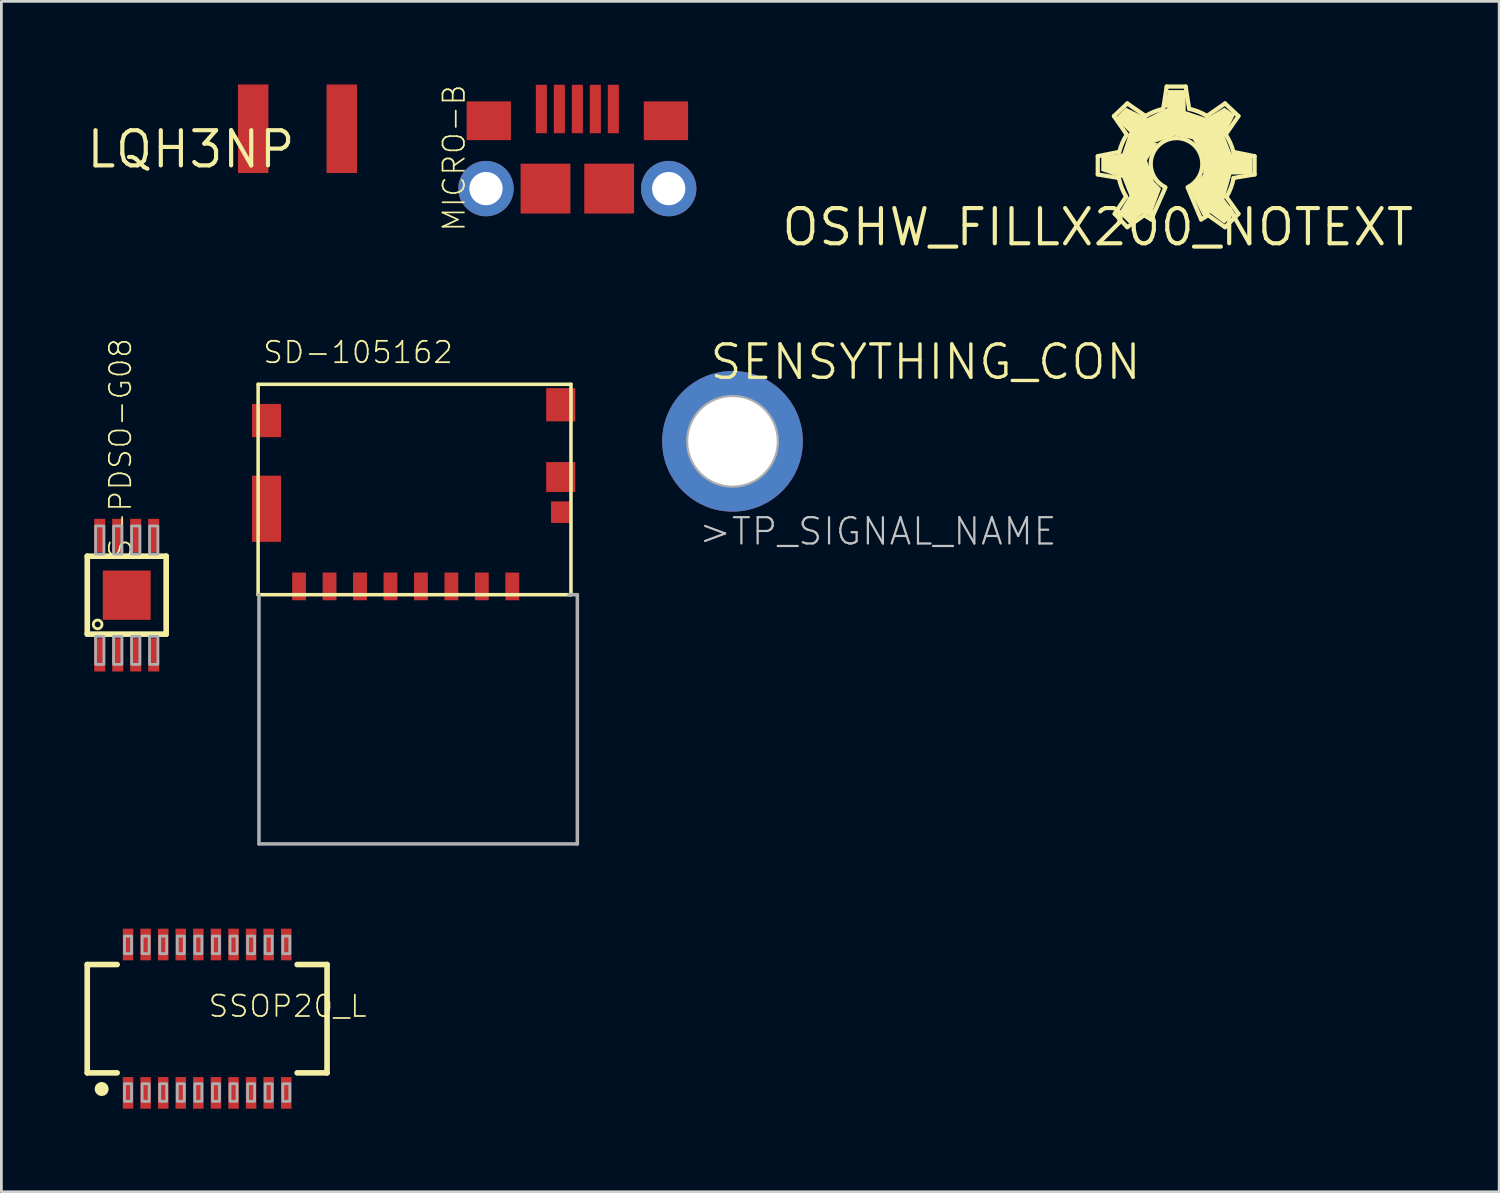
<source format=kicad_pcb>
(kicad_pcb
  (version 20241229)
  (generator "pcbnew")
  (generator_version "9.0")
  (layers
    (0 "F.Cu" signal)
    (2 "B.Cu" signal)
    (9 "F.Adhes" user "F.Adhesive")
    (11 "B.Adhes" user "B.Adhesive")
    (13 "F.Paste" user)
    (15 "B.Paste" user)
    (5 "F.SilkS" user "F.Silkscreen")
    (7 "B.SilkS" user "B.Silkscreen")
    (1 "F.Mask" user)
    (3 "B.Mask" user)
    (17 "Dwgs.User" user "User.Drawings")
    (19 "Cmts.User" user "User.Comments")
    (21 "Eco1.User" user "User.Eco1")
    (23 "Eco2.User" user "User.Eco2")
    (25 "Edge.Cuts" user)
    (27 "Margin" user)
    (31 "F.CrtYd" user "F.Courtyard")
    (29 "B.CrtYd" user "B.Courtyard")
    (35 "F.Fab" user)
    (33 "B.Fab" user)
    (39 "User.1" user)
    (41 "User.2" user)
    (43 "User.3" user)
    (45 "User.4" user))
  (footprint "SD-105162"
    (layer "F.Cu")
    (at 11.603 16.93)
    (property "Reference" "SD-105162" (at -5.2 -6.8 0) (layer "F.SilkS") (effects (font (size 0.772 0.772) (thickness 0.065)) (justify left bottom)))
    (attr through_hole)
    (fp_line (start -5.33 -6.1) (end 5.97 -6.1) (stroke (width 0.127) (type solid)) (layer "F.SilkS"))
    (fp_line (start -5.33 1.5) (end -5.33 -6.1) (stroke (width 0.127) (type solid)) (layer "F.SilkS"))
    (fp_line (start 5.97 -6.1) (end 5.97 1.5) (stroke (width 0.127) (type solid)) (layer "F.SilkS"))
    (fp_line (start 5.97 1.5) (end -5.33 1.5) (stroke (width 0.127) (type solid)) (layer "F.SilkS"))
    (fp_line (start -5.3 1.5) (end -5.3 10.5) (stroke (width 0.127) (type solid)) (layer "F.Fab"))
    (fp_line (start -5.3 10.5) (end 6.2 10.5) (stroke (width 0.127) (type solid)) (layer "F.Fab"))
    (fp_line (start 6.2 1.5) (end 5.9 1.5) (stroke (width 0.127) (type solid)) (layer "F.Fab"))
    (fp_line (start 6.2 10.5) (end 6.2 1.5) (stroke (width 0.127) (type solid)) (layer "F.Fab"))
    (pad "1" smd rect (at 3.85 1.2 90) (size 1 0.5) (layers "F.Cu" "F.Mask" "F.Paste"))
    (pad "2" smd rect (at 2.75 1.2 90) (size 1 0.5) (layers "F.Cu" "F.Mask" "F.Paste"))
    (pad "3" smd rect (at 1.65 1.2 90) (size 1 0.5) (layers "F.Cu" "F.Mask" "F.Paste"))
    (pad "4" smd rect (at 0.55 1.2 90) (size 1 0.5) (layers "F.Cu" "F.Mask" "F.Paste"))
    (pad "5" smd rect (at -0.55 1.2 90) (size 1 0.5) (layers "F.Cu" "F.Mask" "F.Paste"))
    (pad "6" smd rect (at -1.65 1.2 90) (size 1 0.5) (layers "F.Cu" "F.Mask" "F.Paste"))
    (pad "7" smd rect (at -2.75 1.2 90) (size 1 0.5) (layers "F.Cu" "F.Mask" "F.Paste"))
    (pad "8" smd rect (at -3.85 1.2 90) (size 1 0.5) (layers "F.Cu" "F.Mask" "F.Paste"))
    (pad "9" smd rect (at 5.61 -1.48 180) (size 0.72 0.78) (layers "F.Cu" "F.Mask" "F.Paste"))
    (pad "10" smd rect (at 5.6 -2.75 180) (size 1.05 1.08) (layers "F.Cu" "F.Mask" "F.Paste"))
    (pad "11" smd rect (at 5.6 -5.36 180) (size 1.05 1.2) (layers "F.Cu" "F.Mask" "F.Paste"))
    (pad "12" smd rect (at -5.025 -1.605 270) (size 2.39 1.05) (layers "F.Cu" "F.Mask" "F.Paste"))
    (pad "13" smd rect (at -5.025 -4.79 270) (size 1.2 1.05) (layers "F.Cu" "F.Mask" "F.Paste")))
  (footprint "OSHW_FILLX200_NOTEXT"
    (layer "F.Cu")
    (at 36.6 5.156)
    (property "Reference" "OSHW_FILLX200_NOTEXT" (at 0 0 0) (layer "F.SilkS") (effects (font (size 1.27 1.27) (thickness 0.15))))
    (attr through_hole)
    (fp_line (start 0 -2.565) (end 0.762 -2.718) (stroke (width 0.152) (type solid)) (layer "F.SilkS"))
    (fp_line (start 0 -1.905) (end 0 -2.565) (stroke (width 0.152) (type solid)) (layer "F.SilkS"))
    (fp_line (start 0.584 -4.013) (end 1.067 -4.47) (stroke (width 0.152) (type solid)) (layer "F.SilkS"))
    (fp_line (start 0.61 -0.483) (end 1.016 -1.092) (stroke (width 0.152) (type solid)) (layer "F.SilkS"))
    (fp_line (start 0.762 -1.778) (end 0 -1.905) (stroke (width 0.152) (type solid)) (layer "F.SilkS"))
    (fp_line (start 1.041 -3.353) (end 0.584 -4.013) (stroke (width 0.152) (type solid)) (layer "F.SilkS"))
    (fp_line (start 1.067 -4.47) (end 1.727 -4.013) (stroke (width 0.152) (type solid)) (layer "F.SilkS"))
    (fp_line (start 1.067 0) (end 0.61 -0.483) (stroke (width 0.152) (type solid)) (layer "F.SilkS"))
    (fp_line (start 1.676 -0.432) (end 1.067 0) (stroke (width 0.152) (type solid)) (layer "F.SilkS"))
    (fp_line (start 1.93 -0.279) (end 1.676 -0.432) (stroke (width 0.152) (type solid)) (layer "F.SilkS"))
    (fp_line (start 2.362 -4.267) (end 2.489 -5.08) (stroke (width 0.152) (type solid)) (layer "F.SilkS"))
    (fp_line (start 2.438 -1.422) (end 1.93 -0.279) (stroke (width 0.152) (type solid)) (layer "F.SilkS"))
    (fp_line (start 2.489 -5.08) (end 3.175 -5.08) (stroke (width 0.152) (type solid)) (layer "F.SilkS"))
    (fp_line (start 3.175 -5.08) (end 3.302 -4.267) (stroke (width 0.152) (type solid)) (layer "F.SilkS"))
    (fp_line (start 3.734 -0.279) (end 3.251 -1.422) (stroke (width 0.152) (type solid)) (layer "F.SilkS"))
    (fp_line (start 3.937 -4.013) (end 4.597 -4.47) (stroke (width 0.152) (type solid)) (layer "F.SilkS"))
    (fp_line (start 3.988 -0.432) (end 3.734 -0.279) (stroke (width 0.152) (type solid)) (layer "F.SilkS"))
    (fp_line (start 4.597 -4.47) (end 5.08 -4.013) (stroke (width 0.152) (type solid)) (layer "F.SilkS"))
    (fp_line (start 4.597 0) (end 3.988 -0.432) (stroke (width 0.152) (type solid)) (layer "F.SilkS"))
    (fp_line (start 4.648 -1.092) (end 5.08 -0.483) (stroke (width 0.152) (type solid)) (layer "F.SilkS"))
    (fp_line (start 4.902 -2.718) (end 5.664 -2.565) (stroke (width 0.152) (type solid)) (layer "F.SilkS"))
    (fp_line (start 5.08 -4.013) (end 4.623 -3.353) (stroke (width 0.152) (type solid)) (layer "F.SilkS"))
    (fp_line (start 5.08 -0.483) (end 4.597 0) (stroke (width 0.152) (type solid)) (layer "F.SilkS"))
    (fp_line (start 5.664 -2.565) (end 5.664 -1.905) (stroke (width 0.152) (type solid)) (layer "F.SilkS"))
    (fp_line (start 5.664 -1.905) (end 4.902 -1.778) (stroke (width 0.152) (type solid)) (layer "F.SilkS"))
    (fp_arc (start 0.7779 -2.7179) (mid 0.885744 -3.039218) (end 1.0435 -3.3392) (stroke (width 0.1524) (type solid)) (layer "F.SilkS"))
    (fp_arc (start 1.0245 -1.1004) (mid 0.865117 -1.425978) (end 0.7637 -1.774) (stroke (width 0.1524) (type solid)) (layer "F.SilkS"))
    (fp_arc (start 1.736 -4.0223) (mid 2.029987 -4.16927) (end 2.3432 -4.2689) (stroke (width 0.1524) (type solid)) (layer "F.SilkS"))
    (fp_arc (start 2.4384 -1.4478) (mid 2.8448 -3.217524) (end 3.251199 -1.4478) (stroke (width 0.1524) (type solid)) (layer "F.SilkS"))
    (fp_arc (start 3.3155 -4.2736) (mid 3.64128 -4.170999) (end 3.9464 -4.0175) (stroke (width 0.1524) (type solid)) (layer "F.SilkS"))
    (fp_arc (start 4.6199 -3.3487) (mid 4.786428 -3.045111) (end 4.8997 -2.7179) (stroke (width 0.1524) (type solid)) (layer "F.SilkS"))
    (fp_arc (start 4.9045 -1.7692) (mid 4.806636 -1.418653) (end 4.6484 -1.0909) (stroke (width 0.1524) (type solid)) (layer "F.SilkS"))
    (fp_poly (pts (xy 1.651 -0.508) (xy 1.143 -0.127) (xy 0.762 -0.508) (xy 1.143 -1.143) (xy 0.889 -1.778) (xy 0.127 -2.032) (xy 0.127 -1.905) (xy 0.127 -2.54) (xy 0.889 -2.667) (xy 1.143 -3.429) (xy 0.635 -3.937) (xy 1.016 -4.318) (xy 1.778 -3.937) (xy 2.54 -4.318) (xy 2.413 -4.318) (xy 2.54 -4.953) (xy 3.175 -4.953) (xy 3.175 -4.191) (xy 3.937 -3.937) (xy 4.572 -4.318) (xy 4.953 -4.064) (xy 4.572 -3.302) (xy 4.826 -2.667) (xy 5.588 -2.54) (xy 5.588 -1.905) (xy 4.826 -1.905) (xy 4.572 -1.016) (xy 4.953 -0.508) (xy 4.572 -0.127) (xy 4.064 -0.508) (xy 3.81 -0.381) (xy 3.302 -1.397) (xy 3.81 -1.905) (xy 3.81 -2.54) (xy 3.429 -3.175) (xy 2.794 -3.302) (xy 2.032 -3.048) (xy 2.159 -3.048) (xy 1.778 -2.413) (xy 2.032 -1.651) (xy 2.286 -1.397) (xy 1.905 -0.381)) (stroke (width 0) (type solid)) (fill yes) (layer "F.SilkS")))
  (footprint "SSOP20_L"
    (layer "F.Cu")
    (at 4.432 33.744)
    (property "Reference" "SSOP20_L" (at 0 0 0) (layer "F.SilkS") (effects (font (size 0.772 0.772) (thickness 0.062)) (justify left bottom)))
    (attr through_hole)
    (fp_line (start -4.331 -1.956) (end -4.331 1.956) (stroke (width 0.203) (type solid)) (layer "F.SilkS"))
    (fp_line (start -4.331 -1.956) (end -3.251 -1.956) (stroke (width 0.203) (type solid)) (layer "F.SilkS"))
    (fp_line (start -4.331 1.956) (end -3.251 1.956) (stroke (width 0.203) (type solid)) (layer "F.SilkS"))
    (fp_line (start 3.251 -1.956) (end 4.331 -1.956) (stroke (width 0.203) (type solid)) (layer "F.SilkS"))
    (fp_line (start 3.251 1.956) (end 4.331 1.956) (stroke (width 0.203) (type solid)) (layer "F.SilkS"))
    (fp_line (start 4.331 1.956) (end 4.331 -1.956) (stroke (width 0.203) (type solid)) (layer "F.SilkS"))
    (fp_circle (center -3.81 2.54) (end -3.683 2.54) (stroke (width 0.254) (type solid)) (fill no) (layer "F.SilkS"))
    (fp_poly (pts (xy -2.985 2.985) (xy -2.731 2.985) (xy -2.731 2.349) (xy -2.985 2.349)) (stroke (width 0.1) (type solid)) (fill no) (layer "F.Fab"))
    (fp_poly (pts (xy -2.731 -2.985) (xy -2.985 -2.985) (xy -2.985 -2.349) (xy -2.731 -2.349)) (stroke (width 0.1) (type solid)) (fill no) (layer "F.Fab"))
    (fp_poly (pts (xy -2.349 2.985) (xy -2.095 2.985) (xy -2.095 2.349) (xy -2.349 2.349)) (stroke (width 0.1) (type solid)) (fill no) (layer "F.Fab"))
    (fp_poly (pts (xy -2.095 -2.985) (xy -2.349 -2.985) (xy -2.349 -2.349) (xy -2.095 -2.349)) (stroke (width 0.1) (type solid)) (fill no) (layer "F.Fab"))
    (fp_poly (pts (xy -1.714 2.985) (xy -1.46 2.985) (xy -1.46 2.349) (xy -1.714 2.349)) (stroke (width 0.1) (type solid)) (fill no) (layer "F.Fab"))
    (fp_poly (pts (xy -1.46 -2.985) (xy -1.714 -2.985) (xy -1.714 -2.349) (xy -1.46 -2.349)) (stroke (width 0.1) (type solid)) (fill no) (layer "F.Fab"))
    (fp_poly (pts (xy -1.079 2.985) (xy -0.826 2.985) (xy -0.826 2.349) (xy -1.079 2.349)) (stroke (width 0.1) (type solid)) (fill no) (layer "F.Fab"))
    (fp_poly (pts (xy -0.826 -2.985) (xy -1.079 -2.985) (xy -1.079 -2.349) (xy -0.826 -2.349)) (stroke (width 0.1) (type solid)) (fill no) (layer "F.Fab"))
    (fp_poly (pts (xy -0.445 2.985) (xy -0.191 2.985) (xy -0.191 2.349) (xy -0.445 2.349)) (stroke (width 0.1) (type solid)) (fill no) (layer "F.Fab"))
    (fp_poly (pts (xy -0.191 -2.985) (xy -0.445 -2.985) (xy -0.445 -2.349) (xy -0.191 -2.349)) (stroke (width 0.1) (type solid)) (fill no) (layer "F.Fab"))
    (fp_poly (pts (xy 0.191 2.985) (xy 0.445 2.985) (xy 0.445 2.349) (xy 0.191 2.349)) (stroke (width 0.1) (type solid)) (fill no) (layer "F.Fab"))
    (fp_poly (pts (xy 0.445 -2.985) (xy 0.191 -2.985) (xy 0.191 -2.349) (xy 0.445 -2.349)) (stroke (width 0.1) (type solid)) (fill no) (layer "F.Fab"))
    (fp_poly (pts (xy 0.826 2.985) (xy 1.079 2.985) (xy 1.079 2.349) (xy 0.826 2.349)) (stroke (width 0.1) (type solid)) (fill no) (layer "F.Fab"))
    (fp_poly (pts (xy 1.079 -2.985) (xy 0.826 -2.985) (xy 0.826 -2.349) (xy 1.079 -2.349)) (stroke (width 0.1) (type solid)) (fill no) (layer "F.Fab"))
    (fp_poly (pts (xy 1.46 2.985) (xy 1.714 2.985) (xy 1.714 2.349) (xy 1.46 2.349)) (stroke (width 0.1) (type solid)) (fill no) (layer "F.Fab"))
    (fp_poly (pts (xy 1.714 -2.985) (xy 1.46 -2.985) (xy 1.46 -2.349) (xy 1.714 -2.349)) (stroke (width 0.1) (type solid)) (fill no) (layer "F.Fab"))
    (fp_poly (pts (xy 2.095 2.985) (xy 2.349 2.985) (xy 2.349 2.349) (xy 2.095 2.349)) (stroke (width 0.1) (type solid)) (fill no) (layer "F.Fab"))
    (fp_poly (pts (xy 2.349 -2.985) (xy 2.095 -2.985) (xy 2.095 -2.349) (xy 2.349 -2.349)) (stroke (width 0.1) (type solid)) (fill no) (layer "F.Fab"))
    (fp_poly (pts (xy 2.731 2.985) (xy 2.985 2.985) (xy 2.985 2.349) (xy 2.731 2.349)) (stroke (width 0.1) (type solid)) (fill no) (layer "F.Fab"))
    (fp_poly (pts (xy 2.985 -2.985) (xy 2.731 -2.985) (xy 2.731 -2.349) (xy 2.985 -2.349)) (stroke (width 0.1) (type solid)) (fill no) (layer "F.Fab"))
    (pad "1" smd rect (at -2.857 2.68 180) (size 0.381 1.143) (layers "F.Cu" "F.Mask" "F.Paste"))
    (pad "2" smd rect (at -2.223 2.68 180) (size 0.381 1.143) (layers "F.Cu" "F.Mask" "F.Paste"))
    (pad "3" smd rect (at -1.587 2.68 180) (size 0.381 1.143) (layers "F.Cu" "F.Mask" "F.Paste"))
    (pad "4" smd rect (at -0.953 2.68 180) (size 0.381 1.143) (layers "F.Cu" "F.Mask" "F.Paste"))
    (pad "5" smd rect (at -0.318 2.68 180) (size 0.381 1.143) (layers "F.Cu" "F.Mask" "F.Paste"))
    (pad "6" smd rect (at 0.318 2.68 180) (size 0.381 1.143) (layers "F.Cu" "F.Mask" "F.Paste"))
    (pad "7" smd rect (at 0.953 2.68 180) (size 0.381 1.143) (layers "F.Cu" "F.Mask" "F.Paste"))
    (pad "8" smd rect (at 1.587 2.68 180) (size 0.381 1.143) (layers "F.Cu" "F.Mask" "F.Paste"))
    (pad "9" smd rect (at 2.223 2.68 180) (size 0.381 1.143) (layers "F.Cu" "F.Mask" "F.Paste"))
    (pad "10" smd rect (at 2.857 2.68 180) (size 0.381 1.143) (layers "F.Cu" "F.Mask" "F.Paste"))
    (pad "11" smd rect (at 2.857 -2.68) (size 0.381 1.143) (layers "F.Cu" "F.Mask" "F.Paste"))
    (pad "12" smd rect (at 2.223 -2.68) (size 0.381 1.143) (layers "F.Cu" "F.Mask" "F.Paste"))
    (pad "13" smd rect (at 1.587 -2.68) (size 0.381 1.143) (layers "F.Cu" "F.Mask" "F.Paste"))
    (pad "14" smd rect (at 0.953 -2.68) (size 0.381 1.143) (layers "F.Cu" "F.Mask" "F.Paste"))
    (pad "15" smd rect (at 0.318 -2.68) (size 0.381 1.143) (layers "F.Cu" "F.Mask" "F.Paste"))
    (pad "16" smd rect (at -0.318 -2.68) (size 0.381 1.143) (layers "F.Cu" "F.Mask" "F.Paste"))
    (pad "17" smd rect (at -0.953 -2.68) (size 0.381 1.143) (layers "F.Cu" "F.Mask" "F.Paste"))
    (pad "18" smd rect (at -1.587 -2.68) (size 0.381 1.143) (layers "F.Cu" "F.Mask" "F.Paste"))
    (pad "19" smd rect (at -2.223 -2.68) (size 0.381 1.143) (layers "F.Cu" "F.Mask" "F.Paste"))
    (pad "20" smd rect (at -2.857 -2.68) (size 0.381 1.143) (layers "F.Cu" "F.Mask" "F.Paste")))
  (footprint "S-PDSO-G08"
    (layer "F.Cu")
    (at 1.527 18.447)
    (property "Reference" "S-PDSO-G08" (at 0.225 -1.275 90) (layer "F.SilkS") (effects (font (size 0.772 0.772) (thickness 0.062)) (justify left bottom)))
    (attr through_hole)
    (fp_poly (pts (xy -0.85 0.875) (xy 0.85 0.875) (xy 0.85 -0.875) (xy -0.85 -0.875)) (stroke (width 0) (type solid)) (fill yes) (layer "F.Mask"))
    (fp_line (start -1.425 -1.407) (end 1.425 -1.407) (stroke (width 0.203) (type solid)) (layer "F.SilkS"))
    (fp_line (start -1.425 1.407) (end -1.425 -1.407) (stroke (width 0.203) (type solid)) (layer "F.SilkS"))
    (fp_line (start 1.425 -1.407) (end 1.425 1.407) (stroke (width 0.203) (type solid)) (layer "F.SilkS"))
    (fp_line (start 1.425 1.407) (end -1.425 1.407) (stroke (width 0.203) (type solid)) (layer "F.SilkS"))
    (fp_circle (center -1.05 1.057) (end -0.893 1.057) (stroke (width 0.102) (type solid)) (fill no) (layer "F.SilkS"))
    (fp_poly (pts (xy -0.825 0.85) (xy 0.825 0.85) (xy 0.825 -0.85) (xy -0.825 -0.85)) (stroke (width 0) (type solid)) (fill yes) (layer "F.Paste"))
    (fp_poly (pts (xy -1.125 2.5) (xy -0.825 2.5) (xy -0.825 1.487) (xy -1.125 1.487)) (stroke (width 0.1) (type solid)) (fill no) (layer "F.Fab"))
    (fp_poly (pts (xy -0.825 -2.5) (xy -1.125 -2.5) (xy -1.125 -1.487) (xy -0.825 -1.487)) (stroke (width 0.1) (type solid)) (fill no) (layer "F.Fab"))
    (fp_poly (pts (xy -0.475 2.5) (xy -0.175 2.5) (xy -0.175 1.487) (xy -0.475 1.487)) (stroke (width 0.1) (type solid)) (fill no) (layer "F.Fab"))
    (fp_poly (pts (xy -0.175 -2.5) (xy -0.475 -2.5) (xy -0.475 -1.487) (xy -0.175 -1.487)) (stroke (width 0.1) (type solid)) (fill no) (layer "F.Fab"))
    (fp_poly (pts (xy 0.175 2.5) (xy 0.475 2.5) (xy 0.475 1.487) (xy 0.175 1.487)) (stroke (width 0.1) (type solid)) (fill no) (layer "F.Fab"))
    (fp_poly (pts (xy 0.475 -2.5) (xy 0.175 -2.5) (xy 0.175 -1.487) (xy 0.475 -1.487)) (stroke (width 0.1) (type solid)) (fill no) (layer "F.Fab"))
    (fp_poly (pts (xy 0.825 2.5) (xy 1.125 2.5) (xy 1.125 1.487) (xy 0.825 1.487)) (stroke (width 0.1) (type solid)) (fill no) (layer "F.Fab"))
    (fp_poly (pts (xy 1.125 -2.5) (xy 0.825 -2.5) (xy 0.825 -1.487) (xy 1.125 -1.487)) (stroke (width 0.1) (type solid)) (fill no) (layer "F.Fab"))
    (pad "1" smd rect (at -0.975 2.157) (size 0.4 1.2) (layers "F.Cu" "F.Mask" "F.Paste"))
    (pad "2" smd rect (at -0.325 2.157) (size 0.4 1.2) (layers "F.Cu" "F.Mask" "F.Paste"))
    (pad "3" smd rect (at 0.325 2.157) (size 0.4 1.2) (layers "F.Cu" "F.Mask" "F.Paste"))
    (pad "4" smd rect (at 0.975 2.157) (size 0.4 1.2) (layers "F.Cu" "F.Mask" "F.Paste"))
    (pad "5" smd rect (at 0.975 -2.157 180) (size 0.4 1.2) (layers "F.Cu" "F.Mask" "F.Paste"))
    (pad "6" smd rect (at 0.325 -2.157 180) (size 0.4 1.2) (layers "F.Cu" "F.Mask" "F.Paste"))
    (pad "7" smd rect (at -0.325 -2.157 180) (size 0.4 1.2) (layers "F.Cu" "F.Mask" "F.Paste"))
    (pad "8" smd rect (at -0.975 -2.157 180) (size 0.4 1.2) (layers "F.Cu" "F.Mask" "F.Paste"))
    (pad "TH" smd rect (at 0 0) (size 1.73 1.78) (layers "F.Cu" "F.Mask")))
  (footprint "SENSYTHING_CON"
    (layer "F.Cu")
    (at 23.387 12.86)
    (property "Reference" "SENSYTHING_CON" (at -0.869 -2.129 180) (layer "F.SilkS") (effects (font (size 1.206 1.206) (thickness 0.121)) (justify left bottom)))
    (attr through_hole)
    (fp_circle (center 0.02 0.03) (end 1.62 0.03) (stroke (width 0.152) (type solid)) (fill no) (layer "F.Fab"))
    (fp_poly (pts (xy -0.31 0.36) (xy 0.35 0.36) (xy 0.35 -0.3) (xy -0.31 -0.3)) (stroke (width 0.1) (type solid)) (fill no) (layer "F.Fab"))
    (fp_text user ">TP_SIGNAL_NAME" (at -1.25 3.84 0) (layer "Dwgs.User") (effects (font (size 0.95 0.95) (thickness 0.08)) (justify left bottom)))
    (pad "TP" thru_hole circle (at 0.02 0.03 90) (size 5.08 5.08) (drill 3.2) (layers "*.Cu" "*.Mask")))
  (footprint "LQH3NP"
    (layer "F.Cu")
    (at 7.695 1.6)
    (property "Reference" "LQH3NP" (at 0 0 0) (layer "F.SilkS") (effects (font (size 1.27 1.27) (thickness 0.15)) (justify right top)))
    (attr through_hole)
    (pad "P$1" smd rect (at -1.6 0 90) (size 3.2 1.1) (layers "F.Cu" "F.Mask" "F.Paste"))
    (pad "P$2" smd rect (at 1.6 0 90) (size 3.2 1.1) (layers "F.Cu" "F.Mask" "F.Paste")))
  (footprint "MICRO-B"
    (layer "F.Cu")
    (at 17.753 3.862)
    (property "Reference" "MICRO-B" (at -3.95 1.5 270) (layer "F.SilkS") (effects (font (size 0.772 0.772) (thickness 0.062)) (justify left bottom)))
    (attr through_hole)
    (pad "1" smd rect (at -1.25 -2.975 90) (size 1.75 0.4) (layers "F.Cu" "F.Mask" "F.Paste"))
    (pad "2" smd rect (at -0.6 -2.975 90) (size 1.75 0.4) (layers "F.Cu" "F.Mask" "F.Paste"))
    (pad "3" smd rect (at 0.05 -2.975 90) (size 1.75 0.4) (layers "F.Cu" "F.Mask" "F.Paste"))
    (pad "4" smd rect (at 0.7 -2.975 90) (size 1.75 0.4) (layers "F.Cu" "F.Mask" "F.Paste"))
    (pad "5" smd rect (at 1.35 -2.975 90) (size 1.75 0.4) (layers "F.Cu" "F.Mask" "F.Paste"))
    (pad "P$1" smd rect (at -1.1 -0.1 270) (size 1.8 1.8) (layers "F.Cu" "F.Mask" "F.Paste"))
    (pad "P$2" smd rect (at 1.2 -0.1 90) (size 1.8 1.8) (layers "F.Cu" "F.Mask" "F.Paste"))
    (pad "P$3" thru_hole circle (at -3.25 -0.1) (size 2 2) (drill 1.2) (layers "*.Cu" "*.Mask"))
    (pad "P$4" thru_hole circle (at 3.35 -0.1) (size 2 2) (drill 1.2) (layers "*.Cu" "*.Mask"))
    (pad "P$5" smd rect (at -3.15 -2.55) (size 1.6 1.4) (layers "F.Cu" "F.Mask" "F.Paste"))
    (pad "P$6" smd rect (at 3.25 -2.55) (size 1.6 1.4) (layers "F.Cu" "F.Mask" "F.Paste")))
  (gr_rect
    (start -3 -3)
    (end 51.098 39.996)
    (stroke (width 0.1) (type default))
    (fill no)
    (layer "Edge.Cuts")))
</source>
